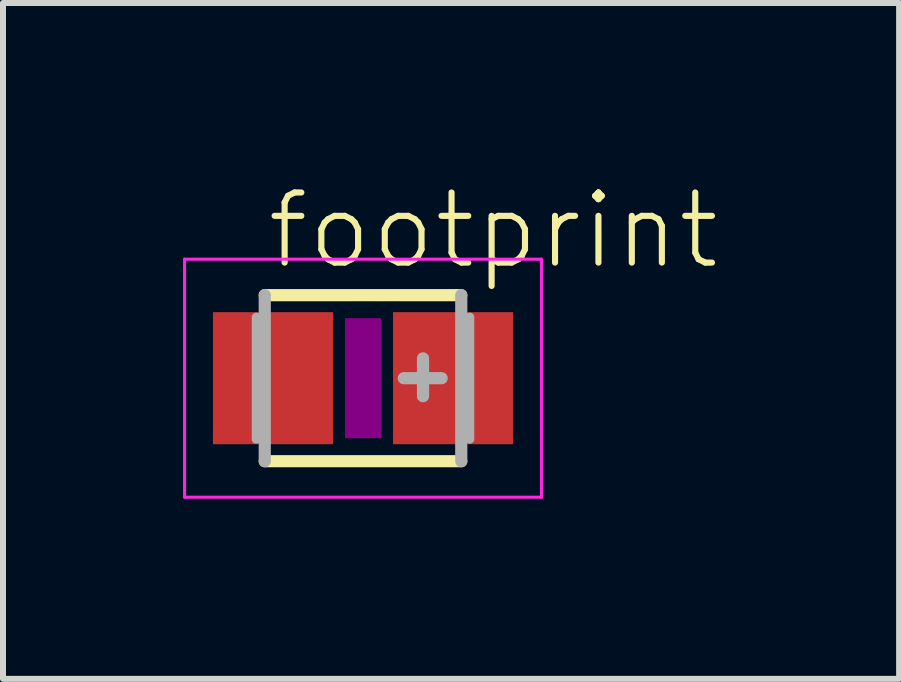
<source format=kicad_pcb>
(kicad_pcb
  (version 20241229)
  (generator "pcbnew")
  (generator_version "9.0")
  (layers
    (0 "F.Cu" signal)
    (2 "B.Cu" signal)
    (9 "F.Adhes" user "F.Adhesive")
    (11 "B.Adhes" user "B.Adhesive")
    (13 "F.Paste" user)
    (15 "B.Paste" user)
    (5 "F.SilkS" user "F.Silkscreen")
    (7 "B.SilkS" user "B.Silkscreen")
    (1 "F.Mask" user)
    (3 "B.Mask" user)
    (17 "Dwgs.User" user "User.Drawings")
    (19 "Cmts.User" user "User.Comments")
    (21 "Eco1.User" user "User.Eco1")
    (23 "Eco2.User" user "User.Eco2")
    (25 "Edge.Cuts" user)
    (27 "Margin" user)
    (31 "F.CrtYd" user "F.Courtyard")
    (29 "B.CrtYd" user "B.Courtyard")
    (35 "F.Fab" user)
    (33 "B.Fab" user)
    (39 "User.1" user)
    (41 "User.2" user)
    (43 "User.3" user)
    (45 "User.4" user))
  (footprint "footprint"
    (layer "F.Cu")
    (at 2.998 3.251)
    (property "Reference" "footprint" (at -1.651 -1.778 0) (layer "F.SilkS") (effects (font (size 1.168 1.168) (thickness 0.102)) (justify left bottom)))
    (fp_line (start -1.637 -1.383) (end 1.637 -1.383) (stroke (width 0.203) (type solid)) (layer "F.SilkS"))
    (fp_line (start -1.637 1.383) (end 1.637 1.383) (stroke (width 0.203) (type solid)) (layer "F.SilkS"))
    (fp_poly (pts (xy -0.3 1) (xy 0.3 1) (xy 0.3 -1) (xy -0.3 -1)) (stroke (width 0) (type solid)) (fill yes) (layer "F.Adhes"))
    (fp_line (start -2.973 -1.983) (end 2.973 -1.983) (stroke (width 0.051) (type solid)) (layer "F.CrtYd"))
    (fp_line (start -2.973 1.983) (end -2.973 -1.983) (stroke (width 0.051) (type solid)) (layer "F.CrtYd"))
    (fp_line (start 2.973 -1.983) (end 2.973 1.983) (stroke (width 0.051) (type solid)) (layer "F.CrtYd"))
    (fp_line (start 2.973 1.983) (end -2.973 1.983) (stroke (width 0.051) (type solid)) (layer "F.CrtYd"))
    (fp_line (start -1.778 1.016) (end -1.778 -1.016) (stroke (width 0.152) (type solid)) (layer "F.Fab"))
    (fp_line (start -1.637 -1.383) (end -1.637 1.383) (stroke (width 0.203) (type solid)) (layer "F.Fab"))
    (fp_line (start 0.68 0) (end 1.31 0) (stroke (width 0.203) (type solid)) (layer "F.Fab"))
    (fp_line (start 1 0.3) (end 1 -0.33) (stroke (width 0.203) (type solid)) (layer "F.Fab"))
    (fp_line (start 1.637 -1.383) (end 1.637 1.383) (stroke (width 0.203) (type solid)) (layer "F.Fab"))
    (fp_line (start 1.778 1.016) (end 1.778 -1.016) (stroke (width 0.152) (type solid)) (layer "F.Fab"))
    (pad "+" smd rect (at 1.5 0) (size 2 2.2) (layers "F.Cu" "F.Mask" "F.Paste"))
    (pad "-" smd rect (at -1.5 0) (size 2 2.2) (layers "F.Cu" "F.Mask" "F.Paste")))
  (gr_rect
    (start -3 -3)
    (end 11.93 8.26)
    (stroke (width 0.1) (type default))
    (fill no)
    (layer "Edge.Cuts")))
</source>
